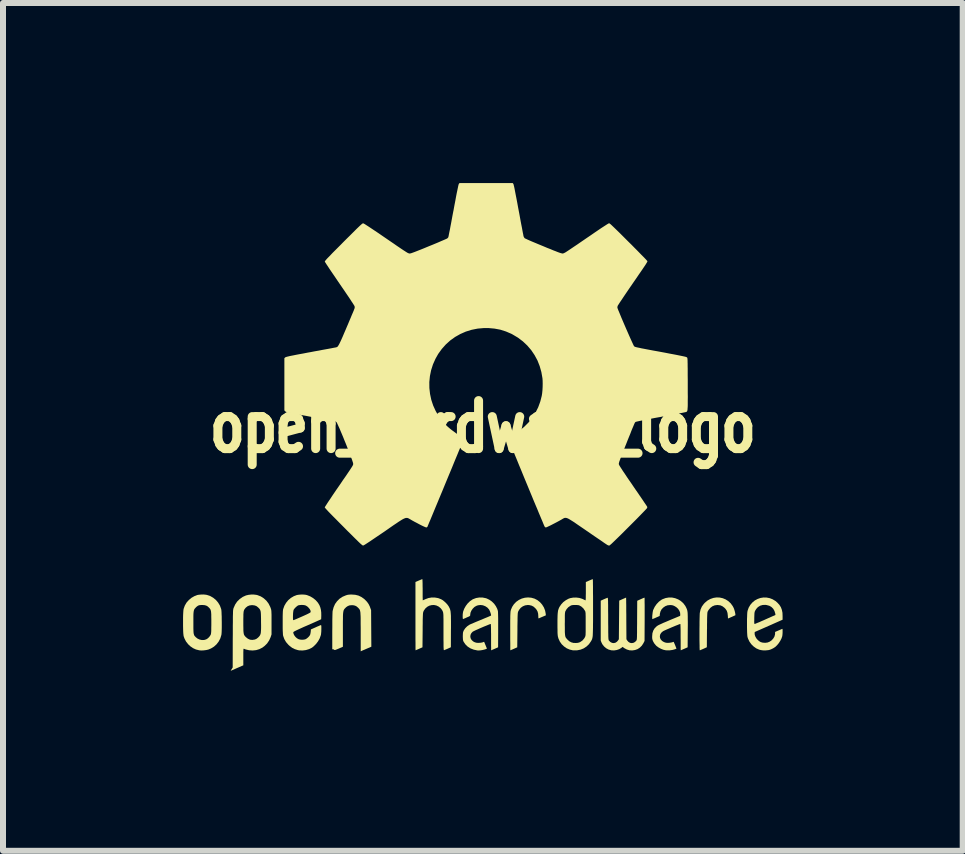
<source format=kicad_pcb>
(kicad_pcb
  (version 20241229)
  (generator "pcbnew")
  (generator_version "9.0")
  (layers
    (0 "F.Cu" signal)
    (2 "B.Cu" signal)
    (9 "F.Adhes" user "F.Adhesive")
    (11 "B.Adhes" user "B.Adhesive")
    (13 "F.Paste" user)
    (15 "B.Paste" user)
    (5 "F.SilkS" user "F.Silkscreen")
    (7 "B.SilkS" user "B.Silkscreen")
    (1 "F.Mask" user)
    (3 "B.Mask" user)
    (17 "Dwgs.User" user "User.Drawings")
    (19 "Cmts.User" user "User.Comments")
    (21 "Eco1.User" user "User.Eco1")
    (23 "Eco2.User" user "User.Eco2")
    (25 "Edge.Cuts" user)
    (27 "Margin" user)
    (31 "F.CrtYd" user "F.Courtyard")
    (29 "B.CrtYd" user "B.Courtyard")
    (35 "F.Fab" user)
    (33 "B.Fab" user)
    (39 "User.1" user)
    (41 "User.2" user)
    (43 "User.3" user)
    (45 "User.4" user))
  (footprint "open_hardware_logo"
    (layer "F.Cu")
    (at 4.995 4.062)
    (property "Reference" "open_hardware_logo" (at 0 0 0) (layer "F.SilkS") (effects (font (size 0.8 0.6) (thickness 0.15))))
    (attr board_only exclude_from_pos_files exclude_from_bom)
    (fp_poly (pts (xy 0.808 2.847) (xy 0.861 2.862) (xy 0.909 2.887) (xy 0.952 2.921) (xy 0.988 2.962) (xy 1.017 3.009) (xy 1.037 3.06) (xy 1.046 3.106) (xy 1.05 3.14) (xy 0.994 3.164) (xy 0.97 3.174) (xy 0.95 3.183) (xy 0.936 3.189) (xy 0.931 3.191) (xy 0.927 3.19) (xy 0.925 3.18) (xy 0.924 3.161) (xy 0.924 3.155) (xy 0.921 3.113) (xy 0.912 3.078) (xy 0.895 3.047) (xy 0.878 3.026) (xy 0.847 2.997) (xy 0.813 2.979) (xy 0.775 2.97) (xy 0.749 2.968) (xy 0.705 2.974) (xy 0.666 2.99) (xy 0.631 3.015) (xy 0.604 3.049) (xy 0.591 3.072) (xy 0.588 3.079) (xy 0.586 3.085) (xy 0.584 3.093) (xy 0.582 3.104) (xy 0.581 3.117) (xy 0.58 3.136) (xy 0.579 3.159) (xy 0.578 3.189) (xy 0.578 3.227) (xy 0.577 3.273) (xy 0.576 3.328) (xy 0.576 3.386) (xy 0.573 3.673) (xy 0.517 3.698) (xy 0.494 3.708) (xy 0.475 3.716) (xy 0.462 3.722) (xy 0.458 3.723) (xy 0.458 3.718) (xy 0.457 3.702) (xy 0.457 3.676) (xy 0.457 3.643) (xy 0.457 3.602) (xy 0.456 3.555) (xy 0.456 3.502) (xy 0.456 3.445) (xy 0.456 3.404) (xy 0.456 3.336) (xy 0.456 3.277) (xy 0.456 3.229) (xy 0.457 3.188) (xy 0.457 3.155) (xy 0.458 3.129) (xy 0.459 3.108) (xy 0.46 3.091) (xy 0.461 3.078) (xy 0.463 3.068) (xy 0.465 3.059) (xy 0.467 3.051) (xy 0.467 3.049) (xy 0.489 2.998) (xy 0.519 2.953) (xy 0.556 2.915) (xy 0.6 2.884) (xy 0.648 2.861) (xy 0.7 2.847) (xy 0.753 2.842)) (stroke (width 0) (type solid)) (fill yes) (layer "F.SilkS"))
    (fp_poly (pts (xy 3.946 2.844) (xy 3.997 2.855) (xy 4.045 2.875) (xy 4.089 2.903) (xy 4.129 2.94) (xy 4.162 2.985) (xy 4.177 3.013) (xy 4.185 3.032) (xy 4.192 3.054) (xy 4.199 3.079) (xy 4.204 3.102) (xy 4.207 3.122) (xy 4.208 3.135) (xy 4.207 3.139) (xy 4.201 3.141) (xy 4.188 3.148) (xy 4.169 3.156) (xy 4.148 3.166) (xy 4.126 3.175) (xy 4.107 3.184) (xy 4.092 3.19) (xy 4.085 3.193) (xy 4.085 3.193) (xy 4.084 3.188) (xy 4.083 3.173) (xy 4.082 3.153) (xy 4.081 3.143) (xy 4.076 3.1) (xy 4.064 3.064) (xy 4.044 3.034) (xy 4.025 3.014) (xy 3.992 2.989) (xy 3.958 2.974) (xy 3.919 2.969) (xy 3.907 2.968) (xy 3.863 2.974) (xy 3.824 2.99) (xy 3.79 3.016) (xy 3.761 3.051) (xy 3.75 3.069) (xy 3.747 3.074) (xy 3.745 3.08) (xy 3.743 3.087) (xy 3.741 3.096) (xy 3.74 3.108) (xy 3.739 3.124) (xy 3.738 3.145) (xy 3.737 3.172) (xy 3.736 3.207) (xy 3.736 3.249) (xy 3.735 3.301) (xy 3.735 3.363) (xy 3.734 3.383) (xy 3.732 3.672) (xy 3.675 3.698) (xy 3.652 3.708) (xy 3.632 3.716) (xy 3.619 3.722) (xy 3.614 3.723) (xy 3.613 3.718) (xy 3.612 3.702) (xy 3.611 3.677) (xy 3.611 3.643) (xy 3.61 3.603) (xy 3.609 3.556) (xy 3.609 3.505) (xy 3.609 3.449) (xy 3.609 3.433) (xy 3.609 3.368) (xy 3.61 3.307) (xy 3.61 3.252) (xy 3.611 3.203) (xy 3.612 3.162) (xy 3.613 3.13) (xy 3.614 3.107) (xy 3.615 3.098) (xy 3.627 3.044) (xy 3.649 2.994) (xy 3.682 2.949) (xy 3.7 2.93) (xy 3.744 2.893) (xy 3.792 2.867) (xy 3.842 2.85) (xy 3.894 2.842)) (stroke (width 0) (type solid)) (fill yes) (layer "F.SilkS"))
    (fp_poly (pts (xy -2.126 2.798) (xy -2.073 2.811) (xy -2.025 2.834) (xy -1.979 2.866) (xy -1.965 2.879) (xy -1.93 2.915) (xy -1.904 2.952) (xy -1.883 2.994) (xy -1.877 3.012) (xy -1.862 3.053) (xy -1.86 3.358) (xy -1.858 3.663) (xy -1.914 3.687) (xy -1.942 3.699) (xy -1.969 3.711) (xy -1.993 3.721) (xy -2.003 3.725) (xy -2.035 3.74) (xy -2.035 3.419) (xy -2.035 3.346) (xy -2.036 3.284) (xy -2.036 3.231) (xy -2.036 3.187) (xy -2.037 3.15) (xy -2.039 3.12) (xy -2.04 3.096) (xy -2.043 3.078) (xy -2.046 3.063) (xy -2.05 3.051) (xy -2.055 3.041) (xy -2.061 3.033) (xy -2.068 3.025) (xy -2.075 3.017) (xy -2.102 2.993) (xy -2.129 2.979) (xy -2.16 2.972) (xy -2.182 2.971) (xy -2.219 2.974) (xy -2.249 2.985) (xy -2.277 3.004) (xy -2.29 3.017) (xy -2.299 3.026) (xy -2.307 3.035) (xy -2.313 3.044) (xy -2.318 3.054) (xy -2.322 3.066) (xy -2.325 3.082) (xy -2.328 3.102) (xy -2.33 3.128) (xy -2.331 3.159) (xy -2.331 3.198) (xy -2.332 3.246) (xy -2.332 3.302) (xy -2.332 3.369) (xy -2.332 3.378) (xy -2.332 3.664) (xy -2.401 3.694) (xy -2.43 3.706) (xy -2.45 3.714) (xy -2.463 3.718) (xy -2.471 3.718) (xy -2.475 3.716) (xy -2.476 3.715) (xy -2.485 3.708) (xy -2.495 3.706) (xy -2.509 3.706) (xy -2.509 3.405) (xy -2.508 3.337) (xy -2.508 3.275) (xy -2.508 3.219) (xy -2.507 3.17) (xy -2.506 3.13) (xy -2.505 3.098) (xy -2.504 3.077) (xy -2.503 3.068) (xy -2.487 3.007) (xy -2.463 2.952) (xy -2.429 2.905) (xy -2.388 2.864) (xy -2.338 2.831) (xy -2.284 2.808) (xy -2.259 2.8) (xy -2.235 2.796) (xy -2.207 2.794) (xy -2.185 2.794)) (stroke (width 0) (type solid)) (fill yes) (layer "F.SilkS"))
    (fp_poly (pts (xy 2.694 2.851) (xy 2.695 2.867) (xy 2.695 2.892) (xy 2.695 2.926) (xy 2.696 2.968) (xy 2.696 3.016) (xy 2.696 3.07) (xy 2.696 3.128) (xy 2.696 3.19) (xy 2.696 3.206) (xy 2.694 3.567) (xy 2.675 3.605) (xy 2.649 3.645) (xy 2.616 3.678) (xy 2.578 3.703) (xy 2.536 3.718) (xy 2.491 3.725) (xy 2.445 3.723) (xy 2.4 3.71) (xy 2.358 3.688) (xy 2.346 3.679) (xy 2.328 3.666) (xy 2.307 3.683) (xy 2.272 3.704) (xy 2.231 3.718) (xy 2.186 3.725) (xy 2.142 3.723) (xy 2.141 3.723) (xy 2.096 3.711) (xy 2.055 3.689) (xy 2.02 3.659) (xy 1.991 3.622) (xy 1.977 3.594) (xy 1.964 3.561) (xy 1.964 3.228) (xy 1.964 2.896) (xy 2.015 2.873) (xy 2.038 2.863) (xy 2.058 2.855) (xy 2.072 2.849) (xy 2.076 2.848) (xy 2.078 2.847) (xy 2.08 2.849) (xy 2.082 2.852) (xy 2.083 2.859) (xy 2.084 2.87) (xy 2.085 2.885) (xy 2.086 2.906) (xy 2.086 2.934) (xy 2.087 2.969) (xy 2.087 3.012) (xy 2.087 3.064) (xy 2.088 3.126) (xy 2.088 3.195) (xy 2.088 3.267) (xy 2.089 3.328) (xy 2.089 3.38) (xy 2.089 3.423) (xy 2.09 3.458) (xy 2.09 3.486) (xy 2.091 3.508) (xy 2.092 3.525) (xy 2.093 3.537) (xy 2.095 3.546) (xy 2.096 3.552) (xy 2.098 3.557) (xy 2.101 3.56) (xy 2.102 3.562) (xy 2.125 3.585) (xy 2.152 3.599) (xy 2.18 3.603) (xy 2.208 3.597) (xy 2.233 3.581) (xy 2.25 3.562) (xy 2.266 3.539) (xy 2.269 3.217) (xy 2.272 2.895) (xy 2.328 2.87) (xy 2.351 2.86) (xy 2.37 2.852) (xy 2.383 2.846) (xy 2.387 2.845) (xy 2.387 2.851) (xy 2.387 2.867) (xy 2.388 2.892) (xy 2.388 2.926) (xy 2.389 2.967) (xy 2.389 3.015) (xy 2.389 3.068) (xy 2.39 3.126) (xy 2.39 3.188) (xy 2.39 3.191) (xy 2.392 3.538) (xy 2.405 3.559) (xy 2.426 3.583) (xy 2.451 3.598) (xy 2.479 3.603) (xy 2.507 3.599) (xy 2.534 3.585) (xy 2.557 3.562) (xy 2.559 3.558) (xy 2.561 3.554) (xy 2.563 3.548) (xy 2.565 3.54) (xy 2.566 3.529) (xy 2.567 3.513) (xy 2.568 3.492) (xy 2.568 3.465) (xy 2.569 3.432) (xy 2.569 3.39) (xy 2.569 3.34) (xy 2.57 3.279) (xy 2.57 3.222) (xy 2.572 2.898) (xy 2.631 2.871) (xy 2.654 2.861) (xy 2.674 2.852) (xy 2.688 2.847) (xy 2.693 2.845)) (stroke (width 0) (type solid)) (fill yes) (layer "F.SilkS"))
    (fp_poly (pts (xy -1.007 2.543) (xy -1.006 2.558) (xy -1.005 2.582) (xy -1.004 2.614) (xy -1.004 2.651) (xy -1.003 2.693) (xy -1.003 2.714) (xy -1.003 2.757) (xy -1.003 2.797) (xy -1.003 2.832) (xy -1.002 2.859) (xy -1.002 2.879) (xy -1.001 2.889) (xy -1.001 2.891) (xy -0.995 2.888) (xy -0.982 2.882) (xy -0.963 2.874) (xy -0.957 2.871) (xy -0.906 2.852) (xy -0.852 2.843) (xy -0.798 2.844) (xy -0.745 2.853) (xy -0.696 2.872) (xy -0.668 2.888) (xy -0.642 2.909) (xy -0.614 2.935) (xy -0.589 2.963) (xy -0.57 2.99) (xy -0.565 2.999) (xy -0.558 3.013) (xy -0.551 3.027) (xy -0.546 3.041) (xy -0.542 3.056) (xy -0.538 3.074) (xy -0.536 3.095) (xy -0.534 3.12) (xy -0.532 3.152) (xy -0.532 3.189) (xy -0.531 3.235) (xy -0.531 3.289) (xy -0.531 3.353) (xy -0.532 3.389) (xy -0.533 3.672) (xy -0.584 3.695) (xy -0.607 3.705) (xy -0.627 3.713) (xy -0.641 3.719) (xy -0.645 3.721) (xy -0.648 3.721) (xy -0.649 3.72) (xy -0.651 3.716) (xy -0.652 3.709) (xy -0.653 3.698) (xy -0.654 3.682) (xy -0.655 3.66) (xy -0.655 3.632) (xy -0.655 3.595) (xy -0.656 3.55) (xy -0.656 3.496) (xy -0.656 3.431) (xy -0.656 3.416) (xy -0.656 3.348) (xy -0.656 3.292) (xy -0.656 3.244) (xy -0.656 3.205) (xy -0.657 3.173) (xy -0.657 3.148) (xy -0.658 3.129) (xy -0.659 3.114) (xy -0.661 3.102) (xy -0.662 3.093) (xy -0.664 3.085) (xy -0.667 3.078) (xy -0.667 3.077) (xy -0.679 3.053) (xy -0.697 3.029) (xy -0.703 3.022) (xy -0.737 2.994) (xy -0.775 2.976) (xy -0.815 2.968) (xy -0.854 2.97) (xy -0.893 2.98) (xy -0.928 2.999) (xy -0.959 3.027) (xy -0.984 3.063) (xy -0.988 3.072) (xy -0.991 3.079) (xy -0.993 3.085) (xy -0.995 3.093) (xy -0.997 3.104) (xy -0.998 3.117) (xy -0.999 3.136) (xy -1 3.159) (xy -1.001 3.189) (xy -1.002 3.227) (xy -1.002 3.273) (xy -1.003 3.328) (xy -1.003 3.386) (xy -1.006 3.673) (xy -1.063 3.698) (xy -1.086 3.708) (xy -1.105 3.716) (xy -1.117 3.722) (xy -1.121 3.723) (xy -1.121 3.717) (xy -1.122 3.701) (xy -1.122 3.675) (xy -1.122 3.64) (xy -1.122 3.596) (xy -1.123 3.545) (xy -1.123 3.487) (xy -1.123 3.423) (xy -1.123 3.354) (xy -1.123 3.28) (xy -1.123 3.203) (xy -1.123 3.154) (xy -1.123 2.585) (xy -1.068 2.561) (xy -1.044 2.551) (xy -1.025 2.543) (xy -1.012 2.538) (xy -1.008 2.537)) (stroke (width 0) (type solid)) (fill yes) (layer "F.SilkS"))
    (fp_poly (pts (xy -4.622 2.796) (xy -4.598 2.8) (xy -4.542 2.819) (xy -4.492 2.848) (xy -4.447 2.885) (xy -4.41 2.929) (xy -4.381 2.978) (xy -4.361 3.032) (xy -4.358 3.044) (xy -4.356 3.061) (xy -4.354 3.087) (xy -4.353 3.122) (xy -4.351 3.162) (xy -4.351 3.205) (xy -4.35 3.251) (xy -4.35 3.297) (xy -4.35 3.342) (xy -4.351 3.382) (xy -4.352 3.418) (xy -4.354 3.446) (xy -4.356 3.465) (xy -4.357 3.468) (xy -4.374 3.524) (xy -4.401 3.576) (xy -4.437 3.623) (xy -4.48 3.662) (xy -4.529 3.692) (xy -4.575 3.711) (xy -4.611 3.719) (xy -4.651 3.724) (xy -4.691 3.726) (xy -4.725 3.723) (xy -4.725 3.723) (xy -4.781 3.709) (xy -4.829 3.687) (xy -4.874 3.656) (xy -4.909 3.623) (xy -4.946 3.576) (xy -4.972 3.525) (xy -4.986 3.485) (xy -4.988 3.468) (xy -4.991 3.441) (xy -4.993 3.406) (xy -4.994 3.365) (xy -4.995 3.32) (xy -4.995 3.273) (xy -4.995 3.257) (xy -4.823 3.257) (xy -4.823 3.311) (xy -4.823 3.355) (xy -4.822 3.39) (xy -4.821 3.417) (xy -4.819 3.439) (xy -4.815 3.455) (xy -4.811 3.469) (xy -4.805 3.48) (xy -4.797 3.49) (xy -4.787 3.5) (xy -4.785 3.503) (xy -4.755 3.527) (xy -4.719 3.544) (xy -4.681 3.552) (xy -4.644 3.551) (xy -4.61 3.541) (xy -4.587 3.527) (xy -4.564 3.506) (xy -4.545 3.482) (xy -4.532 3.458) (xy -4.532 3.457) (xy -4.53 3.448) (xy -4.528 3.434) (xy -4.526 3.413) (xy -4.525 3.386) (xy -4.525 3.351) (xy -4.524 3.306) (xy -4.524 3.258) (xy -4.524 3.205) (xy -4.525 3.161) (xy -4.525 3.126) (xy -4.527 3.098) (xy -4.529 3.077) (xy -4.533 3.06) (xy -4.537 3.047) (xy -4.543 3.036) (xy -4.551 3.025) (xy -4.56 3.015) (xy -4.583 2.993) (xy -4.607 2.979) (xy -4.635 2.971) (xy -4.67 2.968) (xy -4.675 2.968) (xy -4.707 2.969) (xy -4.731 2.973) (xy -4.751 2.983) (xy -4.771 2.998) (xy -4.781 3.008) (xy -4.792 3.02) (xy -4.801 3.03) (xy -4.808 3.041) (xy -4.813 3.054) (xy -4.817 3.07) (xy -4.82 3.091) (xy -4.822 3.117) (xy -4.823 3.15) (xy -4.823 3.192) (xy -4.823 3.244) (xy -4.823 3.257) (xy -4.995 3.257) (xy -4.995 3.225) (xy -4.995 3.178) (xy -4.994 3.135) (xy -4.992 3.096) (xy -4.99 3.064) (xy -4.987 3.04) (xy -4.985 3.031) (xy -4.966 2.978) (xy -4.937 2.928) (xy -4.899 2.885) (xy -4.854 2.848) (xy -4.803 2.819) (xy -4.759 2.802) (xy -4.73 2.797) (xy -4.694 2.794) (xy -4.657 2.793)) (stroke (width 0) (type solid)) (fill yes) (layer "F.SilkS"))
    (fp_poly (pts (xy 4.727 2.844) (xy 4.779 2.854) (xy 4.828 2.873) (xy 4.876 2.902) (xy 4.907 2.929) (xy 4.941 2.966) (xy 4.966 3.006) (xy 4.982 3.049) (xy 4.992 3.098) (xy 4.994 3.153) (xy 4.994 3.213) (xy 4.762 3.316) (xy 4.53 3.418) (xy 4.528 3.437) (xy 4.53 3.465) (xy 4.541 3.496) (xy 4.558 3.525) (xy 4.572 3.542) (xy 4.6 3.568) (xy 4.629 3.586) (xy 4.662 3.595) (xy 4.702 3.598) (xy 4.706 3.598) (xy 4.744 3.593) (xy 4.779 3.579) (xy 4.811 3.557) (xy 4.837 3.529) (xy 4.857 3.497) (xy 4.867 3.462) (xy 4.869 3.443) (xy 4.869 3.417) (xy 4.927 3.392) (xy 4.951 3.382) (xy 4.971 3.373) (xy 4.985 3.367) (xy 4.99 3.365) (xy 4.992 3.369) (xy 4.994 3.382) (xy 4.994 3.401) (xy 4.994 3.423) (xy 4.993 3.447) (xy 4.991 3.468) (xy 4.989 3.486) (xy 4.988 3.489) (xy 4.976 3.525) (xy 4.956 3.564) (xy 4.931 3.603) (xy 4.903 3.637) (xy 4.874 3.665) (xy 4.869 3.669) (xy 4.836 3.69) (xy 4.801 3.707) (xy 4.769 3.718) (xy 4.755 3.72) (xy 4.727 3.723) (xy 4.707 3.725) (xy 4.689 3.725) (xy 4.671 3.724) (xy 4.661 3.723) (xy 4.638 3.72) (xy 4.615 3.715) (xy 4.604 3.712) (xy 4.556 3.691) (xy 4.512 3.66) (xy 4.473 3.622) (xy 4.441 3.577) (xy 4.418 3.528) (xy 4.41 3.503) (xy 4.407 3.486) (xy 4.405 3.46) (xy 4.403 3.425) (xy 4.402 3.385) (xy 4.401 3.341) (xy 4.401 3.295) (xy 4.401 3.248) (xy 4.401 3.248) (xy 4.521 3.248) (xy 4.522 3.265) (xy 4.523 3.276) (xy 4.525 3.282) (xy 4.528 3.284) (xy 4.529 3.284) (xy 4.537 3.282) (xy 4.553 3.275) (xy 4.577 3.265) (xy 4.608 3.253) (xy 4.643 3.237) (xy 4.683 3.22) (xy 4.707 3.209) (xy 4.875 3.134) (xy 4.872 3.111) (xy 4.859 3.068) (xy 4.838 3.031) (xy 4.809 3.002) (xy 4.773 2.981) (xy 4.729 2.969) (xy 4.707 2.966) (xy 4.661 2.968) (xy 4.62 2.98) (xy 4.584 3.002) (xy 4.555 3.034) (xy 4.54 3.058) (xy 4.534 3.069) (xy 4.53 3.08) (xy 4.527 3.092) (xy 4.525 3.107) (xy 4.524 3.129) (xy 4.523 3.157) (xy 4.522 3.186) (xy 4.522 3.222) (xy 4.521 3.248) (xy 4.401 3.248) (xy 4.401 3.202) (xy 4.403 3.16) (xy 4.404 3.123) (xy 4.406 3.093) (xy 4.409 3.072) (xy 4.41 3.066) (xy 4.429 3.012) (xy 4.457 2.965) (xy 4.492 2.925) (xy 4.532 2.892) (xy 4.577 2.868) (xy 4.625 2.851) (xy 4.676 2.843)) (stroke (width 0) (type solid)) (fill yes) (layer "F.SilkS"))
    (fp_poly (pts (xy -3.775 2.799) (xy -3.757 2.803) (xy -3.7 2.825) (xy -3.65 2.857) (xy -3.606 2.897) (xy -3.57 2.945) (xy -3.542 3.001) (xy -3.531 3.031) (xy -3.528 3.041) (xy -3.526 3.052) (xy -3.524 3.066) (xy -3.523 3.083) (xy -3.522 3.105) (xy -3.521 3.133) (xy -3.521 3.169) (xy -3.521 3.214) (xy -3.521 3.261) (xy -3.521 3.458) (xy -3.536 3.504) (xy -3.561 3.559) (xy -3.594 3.608) (xy -3.636 3.65) (xy -3.673 3.678) (xy -3.724 3.704) (xy -3.778 3.72) (xy -3.836 3.726) (xy -3.895 3.722) (xy -3.954 3.708) (xy -3.981 3.697) (xy -3.984 3.697) (xy -3.987 3.699) (xy -3.988 3.704) (xy -3.99 3.715) (xy -3.99 3.731) (xy -3.991 3.756) (xy -3.991 3.789) (xy -3.991 3.832) (xy -3.991 3.833) (xy -3.991 3.973) (xy -4.078 4.011) (xy -4.117 4.028) (xy -4.147 4.042) (xy -4.169 4.051) (xy -4.185 4.058) (xy -4.194 4.061) (xy -4.199 4.063) (xy -4.201 4.062) (xy -4.2 4.06) (xy -4.199 4.058) (xy -4.193 4.049) (xy -4.184 4.035) (xy -4.181 4.03) (xy -4.168 4.009) (xy -4.167 3.531) (xy -4.166 3.446) (xy -4.166 3.372) (xy -4.166 3.308) (xy -4.165 3.258) (xy -3.991 3.258) (xy -3.991 3.312) (xy -3.99 3.355) (xy -3.99 3.39) (xy -3.988 3.417) (xy -3.985 3.439) (xy -3.982 3.455) (xy -3.976 3.469) (xy -3.969 3.48) (xy -3.961 3.49) (xy -3.95 3.502) (xy -3.949 3.503) (xy -3.915 3.53) (xy -3.88 3.546) (xy -3.842 3.55) (xy -3.801 3.544) (xy -3.798 3.543) (xy -3.774 3.533) (xy -3.75 3.515) (xy -3.74 3.506) (xy -3.728 3.493) (xy -3.718 3.481) (xy -3.711 3.468) (xy -3.705 3.454) (xy -3.7 3.435) (xy -3.698 3.412) (xy -3.696 3.383) (xy -3.695 3.347) (xy -3.695 3.301) (xy -3.696 3.246) (xy -3.696 3.246) (xy -3.696 3.194) (xy -3.697 3.152) (xy -3.698 3.119) (xy -3.7 3.093) (xy -3.703 3.072) (xy -3.708 3.057) (xy -3.714 3.044) (xy -3.721 3.033) (xy -3.732 3.021) (xy -3.744 3.009) (xy -3.77 2.988) (xy -3.799 2.976) (xy -3.833 2.971) (xy -3.847 2.97) (xy -3.886 2.975) (xy -3.919 2.988) (xy -3.947 3.01) (xy -3.952 3.015) (xy -3.962 3.027) (xy -3.97 3.038) (xy -3.977 3.049) (xy -3.982 3.063) (xy -3.986 3.079) (xy -3.988 3.1) (xy -3.99 3.127) (xy -3.99 3.161) (xy -3.991 3.203) (xy -3.991 3.256) (xy -3.991 3.258) (xy -4.165 3.258) (xy -4.165 3.252) (xy -4.165 3.205) (xy -4.165 3.166) (xy -4.164 3.133) (xy -4.163 3.106) (xy -4.163 3.085) (xy -4.162 3.068) (xy -4.161 3.054) (xy -4.159 3.044) (xy -4.158 3.035) (xy -4.156 3.028) (xy -4.154 3.021) (xy -4.152 3.016) (xy -4.127 2.96) (xy -4.094 2.911) (xy -4.051 2.869) (xy -4.002 2.834) (xy -3.947 2.809) (xy -3.943 2.808) (xy -3.905 2.799) (xy -3.861 2.794) (xy -3.816 2.794)) (stroke (width 0) (type solid)) (fill yes) (layer "F.SilkS"))
    (fp_poly (pts (xy -2.993 2.794) (xy -2.957 2.797) (xy -2.93 2.803) (xy -2.877 2.824) (xy -2.828 2.853) (xy -2.784 2.889) (xy -2.748 2.93) (xy -2.723 2.971) (xy -2.708 3.009) (xy -2.698 3.049) (xy -2.693 3.092) (xy -2.692 3.143) (xy -2.692 3.146) (xy -2.694 3.206) (xy -2.926 3.309) (xy -2.982 3.333) (xy -3.028 3.354) (xy -3.065 3.371) (xy -3.095 3.385) (xy -3.118 3.396) (xy -3.134 3.404) (xy -3.146 3.411) (xy -3.153 3.416) (xy -3.157 3.42) (xy -3.159 3.424) (xy -3.159 3.425) (xy -3.154 3.449) (xy -3.141 3.475) (xy -3.122 3.5) (xy -3.099 3.521) (xy -3.074 3.536) (xy -3.074 3.536) (xy -3.048 3.544) (xy -3.018 3.547) (xy -2.988 3.546) (xy -2.962 3.541) (xy -2.952 3.537) (xy -2.931 3.524) (xy -2.909 3.505) (xy -2.89 3.484) (xy -2.881 3.469) (xy -2.875 3.455) (xy -2.871 3.433) (xy -2.868 3.414) (xy -2.865 3.375) (xy -2.788 3.341) (xy -2.76 3.328) (xy -2.735 3.318) (xy -2.716 3.309) (xy -2.703 3.304) (xy -2.701 3.304) (xy -2.697 3.303) (xy -2.694 3.306) (xy -2.692 3.314) (xy -2.691 3.329) (xy -2.691 3.353) (xy -2.691 3.371) (xy -2.692 3.409) (xy -2.695 3.442) (xy -2.698 3.467) (xy -2.7 3.472) (xy -2.718 3.523) (xy -2.745 3.572) (xy -2.779 3.617) (xy -2.818 3.656) (xy -2.847 3.679) (xy -2.895 3.703) (xy -2.948 3.719) (xy -3.003 3.726) (xy -3.058 3.724) (xy -3.081 3.72) (xy -3.132 3.704) (xy -3.177 3.682) (xy -3.219 3.65) (xy -3.239 3.632) (xy -3.279 3.586) (xy -3.308 3.536) (xy -3.327 3.483) (xy -3.329 3.473) (xy -3.331 3.459) (xy -3.332 3.433) (xy -3.334 3.399) (xy -3.335 3.357) (xy -3.335 3.308) (xy -3.335 3.256) (xy -3.335 3.202) (xy -3.335 3.157) (xy -3.164 3.157) (xy -3.164 3.182) (xy -3.163 3.203) (xy -3.161 3.217) (xy -3.158 3.221) (xy -3.151 3.219) (xy -3.135 3.213) (xy -3.111 3.203) (xy -3.081 3.19) (xy -3.047 3.175) (xy -3.01 3.159) (xy -2.968 3.14) (xy -2.935 3.125) (xy -2.911 3.113) (xy -2.893 3.104) (xy -2.881 3.097) (xy -2.874 3.092) (xy -2.87 3.087) (xy -2.869 3.082) (xy -2.871 3.062) (xy -2.882 3.04) (xy -2.9 3.017) (xy -2.922 2.995) (xy -2.947 2.979) (xy -2.948 2.978) (xy -2.967 2.972) (xy -2.993 2.968) (xy -3.021 2.967) (xy -3.049 2.969) (xy -3.072 2.973) (xy -3.082 2.977) (xy -3.101 2.991) (xy -3.122 3.01) (xy -3.141 3.031) (xy -3.152 3.047) (xy -3.156 3.06) (xy -3.159 3.079) (xy -3.162 3.103) (xy -3.163 3.13) (xy -3.164 3.157) (xy -3.335 3.157) (xy -3.335 3.157) (xy -3.334 3.121) (xy -3.333 3.092) (xy -3.332 3.07) (xy -3.33 3.053) (xy -3.328 3.04) (xy -3.327 3.036) (xy -3.307 2.981) (xy -3.278 2.931) (xy -3.242 2.887) (xy -3.198 2.85) (xy -3.149 2.821) (xy -3.099 2.802) (xy -3.068 2.797) (xy -3.031 2.794)) (stroke (width 0) (type solid)) (fill yes) (layer "F.SilkS"))
    (fp_poly (pts (xy 3.153 2.844) (xy 3.205 2.855) (xy 3.255 2.875) (xy 3.3 2.903) (xy 3.34 2.939) (xy 3.373 2.983) (xy 3.388 3.012) (xy 3.394 3.025) (xy 3.399 3.038) (xy 3.404 3.051) (xy 3.407 3.066) (xy 3.41 3.083) (xy 3.412 3.105) (xy 3.413 3.131) (xy 3.414 3.163) (xy 3.414 3.202) (xy 3.415 3.25) (xy 3.415 3.306) (xy 3.414 3.372) (xy 3.414 3.389) (xy 3.412 3.673) (xy 3.355 3.698) (xy 3.332 3.708) (xy 3.313 3.716) (xy 3.301 3.722) (xy 3.297 3.723) (xy 3.297 3.718) (xy 3.296 3.702) (xy 3.296 3.677) (xy 3.296 3.645) (xy 3.296 3.606) (xy 3.296 3.562) (xy 3.295 3.514) (xy 3.295 3.504) (xy 3.295 3.446) (xy 3.295 3.395) (xy 3.294 3.354) (xy 3.293 3.321) (xy 3.292 3.299) (xy 3.291 3.286) (xy 3.29 3.284) (xy 3.282 3.286) (xy 3.265 3.292) (xy 3.241 3.302) (xy 3.212 3.313) (xy 3.179 3.327) (xy 3.145 3.341) (xy 3.111 3.356) (xy 3.078 3.37) (xy 3.048 3.383) (xy 3.024 3.394) (xy 3.006 3.403) (xy 2.998 3.408) (xy 2.971 3.432) (xy 2.955 3.459) (xy 2.949 3.488) (xy 2.952 3.517) (xy 2.965 3.544) (xy 2.988 3.568) (xy 3.013 3.583) (xy 3.034 3.592) (xy 3.054 3.597) (xy 3.079 3.599) (xy 3.086 3.599) (xy 3.113 3.597) (xy 3.139 3.593) (xy 3.152 3.59) (xy 3.168 3.585) (xy 3.178 3.582) (xy 3.179 3.582) (xy 3.182 3.588) (xy 3.188 3.602) (xy 3.197 3.622) (xy 3.204 3.639) (xy 3.226 3.695) (xy 3.205 3.704) (xy 3.164 3.716) (xy 3.117 3.723) (xy 3.068 3.724) (xy 3.045 3.722) (xy 3.008 3.714) (xy 2.968 3.698) (xy 2.929 3.677) (xy 2.895 3.652) (xy 2.886 3.644) (xy 2.856 3.608) (xy 2.838 3.577) (xy 2.829 3.556) (xy 2.824 3.538) (xy 2.821 3.52) (xy 2.821 3.495) (xy 2.821 3.49) (xy 2.825 3.439) (xy 2.839 3.395) (xy 2.862 3.357) (xy 2.895 3.324) (xy 2.912 3.312) (xy 2.924 3.305) (xy 2.944 3.295) (xy 2.973 3.282) (xy 3.007 3.266) (xy 3.046 3.25) (xy 3.088 3.232) (xy 3.113 3.221) (xy 3.287 3.149) (xy 3.289 3.126) (xy 3.286 3.094) (xy 3.273 3.062) (xy 3.252 3.031) (xy 3.224 3.005) (xy 3.195 2.987) (xy 3.171 2.976) (xy 3.15 2.971) (xy 3.126 2.969) (xy 3.12 2.969) (xy 3.078 2.973) (xy 3.039 2.988) (xy 3.006 3.011) (xy 2.978 3.04) (xy 2.959 3.076) (xy 2.949 3.116) (xy 2.949 3.119) (xy 2.946 3.151) (xy 2.889 3.176) (xy 2.865 3.187) (xy 2.845 3.195) (xy 2.831 3.201) (xy 2.826 3.204) (xy 2.823 3.2) (xy 2.822 3.187) (xy 2.822 3.168) (xy 2.823 3.144) (xy 2.826 3.119) (xy 2.829 3.093) (xy 2.833 3.071) (xy 2.837 3.053) (xy 2.839 3.049) (xy 2.863 2.999) (xy 2.895 2.953) (xy 2.933 2.913) (xy 2.976 2.881) (xy 2.995 2.871) (xy 3.046 2.852) (xy 3.1 2.843)) (stroke (width 0) (type solid)) (fill yes) (layer "F.SilkS"))
    (fp_poly (pts (xy 1.832 2.543) (xy 1.833 2.559) (xy 1.834 2.585) (xy 1.834 2.619) (xy 1.835 2.662) (xy 1.835 2.712) (xy 1.835 2.768) (xy 1.836 2.83) (xy 1.836 2.897) (xy 1.836 2.967) (xy 1.836 3.006) (xy 1.836 3.094) (xy 1.836 3.17) (xy 1.836 3.237) (xy 1.835 3.295) (xy 1.835 3.345) (xy 1.834 3.387) (xy 1.833 3.422) (xy 1.832 3.451) (xy 1.831 3.476) (xy 1.829 3.495) (xy 1.826 3.512) (xy 1.823 3.525) (xy 1.82 3.536) (xy 1.816 3.546) (xy 1.811 3.556) (xy 1.805 3.566) (xy 1.802 3.572) (xy 1.768 3.621) (xy 1.727 3.66) (xy 1.68 3.691) (xy 1.628 3.712) (xy 1.571 3.723) (xy 1.511 3.724) (xy 1.499 3.723) (xy 1.447 3.711) (xy 1.398 3.69) (xy 1.353 3.659) (xy 1.314 3.622) (xy 1.283 3.578) (xy 1.26 3.528) (xy 1.252 3.5) (xy 1.249 3.487) (xy 1.247 3.469) (xy 1.245 3.447) (xy 1.244 3.419) (xy 1.244 3.383) (xy 1.243 3.338) (xy 1.243 3.284) (xy 1.365 3.284) (xy 1.366 3.339) (xy 1.366 3.383) (xy 1.366 3.419) (xy 1.368 3.448) (xy 1.37 3.47) (xy 1.373 3.487) (xy 1.377 3.501) (xy 1.383 3.513) (xy 1.391 3.523) (xy 1.401 3.535) (xy 1.409 3.544) (xy 1.44 3.572) (xy 1.473 3.59) (xy 1.51 3.6) (xy 1.551 3.601) (xy 1.58 3.599) (xy 1.604 3.593) (xy 1.622 3.585) (xy 1.659 3.56) (xy 1.688 3.526) (xy 1.7 3.506) (xy 1.703 3.499) (xy 1.706 3.492) (xy 1.709 3.484) (xy 1.71 3.474) (xy 1.712 3.46) (xy 1.712 3.441) (xy 1.713 3.416) (xy 1.713 3.383) (xy 1.713 3.342) (xy 1.713 3.29) (xy 1.713 3.284) (xy 1.713 3.232) (xy 1.713 3.189) (xy 1.713 3.156) (xy 1.712 3.13) (xy 1.712 3.11) (xy 1.71 3.095) (xy 1.709 3.085) (xy 1.707 3.076) (xy 1.704 3.07) (xy 1.7 3.063) (xy 1.7 3.062) (xy 1.674 3.024) (xy 1.641 2.994) (xy 1.622 2.983) (xy 1.607 2.975) (xy 1.593 2.971) (xy 1.576 2.969) (xy 1.553 2.968) (xy 1.539 2.968) (xy 1.512 2.968) (xy 1.492 2.97) (xy 1.477 2.973) (xy 1.462 2.979) (xy 1.458 2.982) (xy 1.425 3.004) (xy 1.396 3.036) (xy 1.378 3.067) (xy 1.374 3.074) (xy 1.372 3.082) (xy 1.37 3.092) (xy 1.368 3.104) (xy 1.367 3.12) (xy 1.366 3.142) (xy 1.366 3.171) (xy 1.366 3.207) (xy 1.366 3.253) (xy 1.365 3.284) (xy 1.243 3.284) (xy 1.243 3.227) (xy 1.244 3.179) (xy 1.245 3.14) (xy 1.247 3.109) (xy 1.25 3.083) (xy 1.253 3.061) (xy 1.259 3.042) (xy 1.265 3.025) (xy 1.273 3.007) (xy 1.278 2.998) (xy 1.306 2.957) (xy 1.341 2.919) (xy 1.383 2.888) (xy 1.427 2.864) (xy 1.455 2.854) (xy 1.504 2.845) (xy 1.556 2.844) (xy 1.607 2.85) (xy 1.655 2.865) (xy 1.681 2.877) (xy 1.697 2.885) (xy 1.708 2.89) (xy 1.711 2.891) (xy 1.712 2.885) (xy 1.714 2.87) (xy 1.715 2.846) (xy 1.715 2.815) (xy 1.716 2.779) (xy 1.716 2.739) (xy 1.716 2.738) (xy 1.716 2.585) (xy 1.772 2.561) (xy 1.795 2.551) (xy 1.815 2.543) (xy 1.828 2.538) (xy 1.832 2.537)) (stroke (width 0) (type solid)) (fill yes) (layer "F.SilkS"))
    (fp_poly (pts (xy -0.003 2.844) (xy 0.051 2.855) (xy 0.063 2.859) (xy 0.107 2.88) (xy 0.149 2.909) (xy 0.187 2.946) (xy 0.217 2.988) (xy 0.24 3.033) (xy 0.251 3.069) (xy 0.252 3.083) (xy 0.253 3.109) (xy 0.254 3.145) (xy 0.255 3.193) (xy 0.255 3.251) (xy 0.255 3.32) (xy 0.255 3.386) (xy 0.254 3.673) (xy 0.197 3.698) (xy 0.174 3.708) (xy 0.155 3.716) (xy 0.143 3.722) (xy 0.139 3.723) (xy 0.138 3.718) (xy 0.138 3.702) (xy 0.138 3.677) (xy 0.137 3.645) (xy 0.137 3.606) (xy 0.137 3.562) (xy 0.137 3.514) (xy 0.137 3.504) (xy 0.137 3.455) (xy 0.136 3.409) (xy 0.136 3.369) (xy 0.135 3.336) (xy 0.134 3.309) (xy 0.133 3.292) (xy 0.132 3.284) (xy 0.132 3.284) (xy 0.123 3.286) (xy 0.106 3.292) (xy 0.082 3.302) (xy 0.053 3.314) (xy 0.02 3.327) (xy -0.015 3.342) (xy -0.05 3.357) (xy -0.083 3.372) (xy -0.113 3.385) (xy -0.138 3.397) (xy -0.156 3.406) (xy -0.166 3.411) (xy -0.167 3.411) (xy -0.191 3.436) (xy -0.205 3.464) (xy -0.209 3.493) (xy -0.204 3.522) (xy -0.189 3.549) (xy -0.165 3.572) (xy -0.146 3.584) (xy -0.125 3.592) (xy -0.107 3.597) (xy -0.084 3.599) (xy -0.07 3.599) (xy -0.037 3.597) (xy -0.01 3.592) (xy -0.003 3.59) (xy 0.011 3.584) (xy 0.02 3.582) (xy 0.021 3.582) (xy 0.024 3.588) (xy 0.03 3.602) (xy 0.038 3.622) (xy 0.045 3.639) (xy 0.068 3.695) (xy 0.047 3.704) (xy 0.021 3.712) (xy -0.01 3.719) (xy -0.043 3.724) (xy -0.072 3.726) (xy -0.091 3.725) (xy -0.152 3.712) (xy -0.206 3.691) (xy -0.252 3.662) (xy -0.29 3.625) (xy -0.32 3.581) (xy -0.32 3.581) (xy -0.326 3.568) (xy -0.33 3.555) (xy -0.332 3.54) (xy -0.333 3.519) (xy -0.334 3.49) (xy -0.334 3.489) (xy -0.333 3.46) (xy -0.332 3.44) (xy -0.33 3.424) (xy -0.326 3.411) (xy -0.32 3.397) (xy -0.317 3.39) (xy -0.293 3.355) (xy -0.261 3.323) (xy -0.223 3.297) (xy -0.213 3.292) (xy -0.2 3.286) (xy -0.177 3.277) (xy -0.148 3.264) (xy -0.113 3.249) (xy -0.074 3.233) (xy -0.033 3.216) (xy -0.024 3.213) (xy 0.015 3.196) (xy 0.051 3.181) (xy 0.083 3.168) (xy 0.108 3.157) (xy 0.126 3.149) (xy 0.135 3.145) (xy 0.136 3.145) (xy 0.137 3.137) (xy 0.134 3.121) (xy 0.128 3.101) (xy 0.121 3.08) (xy 0.112 3.06) (xy 0.104 3.044) (xy 0.103 3.042) (xy 0.075 3.011) (xy 0.04 2.988) (xy 0.001 2.973) (xy -0.04 2.968) (xy -0.081 2.973) (xy -0.107 2.982) (xy -0.14 3.001) (xy -0.168 3.029) (xy -0.191 3.062) (xy -0.206 3.097) (xy -0.211 3.133) (xy -0.211 3.141) (xy -0.214 3.148) (xy -0.221 3.154) (xy -0.234 3.161) (xy -0.255 3.17) (xy -0.267 3.175) (xy -0.29 3.186) (xy -0.31 3.194) (xy -0.324 3.2) (xy -0.329 3.203) (xy -0.333 3.199) (xy -0.335 3.187) (xy -0.336 3.168) (xy -0.336 3.145) (xy -0.335 3.121) (xy -0.332 3.097) (xy -0.328 3.076) (xy -0.328 3.076) (xy -0.31 3.029) (xy -0.284 2.983) (xy -0.252 2.941) (xy -0.214 2.904) (xy -0.173 2.876) (xy -0.163 2.871) (xy -0.113 2.852) (xy -0.059 2.843)) (stroke (width 0) (type solid)) (fill yes) (layer "F.SilkS"))
    (fp_poly (pts (xy 0.508 -4.048) (xy 0.511 -4.041) (xy 0.515 -4.025) (xy 0.521 -4.001) (xy 0.528 -3.969) (xy 0.536 -3.926) (xy 0.546 -3.874) (xy 0.558 -3.813) (xy 0.572 -3.74) (xy 0.587 -3.657) (xy 0.595 -3.615) (xy 0.608 -3.547) (xy 0.62 -3.481) (xy 0.631 -3.42) (xy 0.642 -3.363) (xy 0.652 -3.313) (xy 0.66 -3.268) (xy 0.667 -3.231) (xy 0.673 -3.203) (xy 0.676 -3.184) (xy 0.678 -3.175) (xy 0.686 -3.158) (xy 0.696 -3.144) (xy 0.697 -3.143) (xy 0.704 -3.139) (xy 0.722 -3.131) (xy 0.747 -3.119) (xy 0.781 -3.104) (xy 0.82 -3.087) (xy 0.866 -3.068) (xy 0.916 -3.047) (xy 0.969 -3.025) (xy 1.006 -3.01) (xy 1.072 -2.982) (xy 1.129 -2.96) (xy 1.176 -2.94) (xy 1.216 -2.925) (xy 1.248 -2.912) (xy 1.273 -2.903) (xy 1.293 -2.896) (xy 1.309 -2.892) (xy 1.32 -2.889) (xy 1.328 -2.888) (xy 1.329 -2.888) (xy 1.334 -2.889) (xy 1.339 -2.89) (xy 1.346 -2.892) (xy 1.355 -2.896) (xy 1.366 -2.902) (xy 1.381 -2.91) (xy 1.399 -2.922) (xy 1.422 -2.937) (xy 1.449 -2.955) (xy 1.483 -2.978) (xy 1.523 -3.005) (xy 1.571 -3.037) (xy 1.626 -3.075) (xy 1.689 -3.118) (xy 1.721 -3.14) (xy 1.799 -3.193) (xy 1.867 -3.24) (xy 1.926 -3.28) (xy 1.976 -3.314) (xy 2.018 -3.341) (xy 2.052 -3.363) (xy 2.077 -3.379) (xy 2.093 -3.388) (xy 2.102 -3.392) (xy 2.103 -3.392) (xy 2.107 -3.391) (xy 2.114 -3.387) (xy 2.124 -3.379) (xy 2.138 -3.367) (xy 2.156 -3.35) (xy 2.178 -3.329) (xy 2.206 -3.302) (xy 2.239 -3.27) (xy 2.279 -3.231) (xy 2.325 -3.185) (xy 2.378 -3.132) (xy 2.427 -3.083) (xy 2.477 -3.034) (xy 2.524 -2.986) (xy 2.568 -2.942) (xy 2.608 -2.901) (xy 2.644 -2.864) (xy 2.676 -2.832) (xy 2.702 -2.805) (xy 2.721 -2.785) (xy 2.734 -2.77) (xy 2.74 -2.764) (xy 2.74 -2.763) (xy 2.741 -2.761) (xy 2.741 -2.758) (xy 2.741 -2.754) (xy 2.739 -2.749) (xy 2.735 -2.742) (xy 2.729 -2.732) (xy 2.721 -2.719) (xy 2.71 -2.701) (xy 2.696 -2.68) (xy 2.677 -2.652) (xy 2.655 -2.619) (xy 2.628 -2.58) (xy 2.596 -2.534) (xy 2.559 -2.479) (xy 2.516 -2.417) (xy 2.483 -2.369) (xy 2.445 -2.314) (xy 2.409 -2.261) (xy 2.375 -2.211) (xy 2.344 -2.165) (xy 2.317 -2.124) (xy 2.293 -2.089) (xy 2.274 -2.06) (xy 2.26 -2.038) (xy 2.251 -2.024) (xy 2.248 -2.02) (xy 2.243 -2.004) (xy 2.241 -1.99) (xy 2.241 -1.99) (xy 2.243 -1.981) (xy 2.249 -1.963) (xy 2.259 -1.938) (xy 2.273 -1.905) (xy 2.289 -1.866) (xy 2.307 -1.822) (xy 2.327 -1.775) (xy 2.348 -1.726) (xy 2.37 -1.675) (xy 2.392 -1.624) (xy 2.414 -1.574) (xy 2.435 -1.526) (xy 2.455 -1.481) (xy 2.473 -1.441) (xy 2.489 -1.406) (xy 2.502 -1.378) (xy 2.512 -1.357) (xy 2.518 -1.346) (xy 2.52 -1.344) (xy 2.523 -1.341) (xy 2.527 -1.338) (xy 2.532 -1.335) (xy 2.54 -1.332) (xy 2.551 -1.329) (xy 2.566 -1.325) (xy 2.585 -1.321) (xy 2.61 -1.316) (xy 2.64 -1.309) (xy 2.678 -1.302) (xy 2.724 -1.293) (xy 2.777 -1.283) (xy 2.841 -1.271) (xy 2.914 -1.258) (xy 2.962 -1.249) (xy 3.043 -1.234) (xy 3.114 -1.22) (xy 3.174 -1.209) (xy 3.226 -1.199) (xy 3.27 -1.19) (xy 3.305 -1.183) (xy 3.334 -1.177) (xy 3.357 -1.172) (xy 3.374 -1.168) (xy 3.386 -1.164) (xy 3.394 -1.161) (xy 3.399 -1.158) (xy 3.401 -1.157) (xy 3.403 -1.155) (xy 3.405 -1.152) (xy 3.406 -1.148) (xy 3.408 -1.141) (xy 3.409 -1.132) (xy 3.41 -1.119) (xy 3.411 -1.101) (xy 3.411 -1.078) (xy 3.412 -1.05) (xy 3.412 -1.014) (xy 3.413 -0.971) (xy 3.413 -0.919) (xy 3.413 -0.858) (xy 3.414 -0.788) (xy 3.414 -0.715) (xy 3.414 -0.632) (xy 3.414 -0.56) (xy 3.415 -0.498) (xy 3.414 -0.444) (xy 3.414 -0.4) (xy 3.414 -0.362) (xy 3.413 -0.332) (xy 3.411 -0.308) (xy 3.41 -0.289) (xy 3.408 -0.275) (xy 3.405 -0.265) (xy 3.401 -0.258) (xy 3.397 -0.253) (xy 3.392 -0.25) (xy 3.387 -0.248) (xy 3.381 -0.246) (xy 3.38 -0.246) (xy 3.371 -0.244) (xy 3.352 -0.24) (xy 3.324 -0.234) (xy 3.287 -0.227) (xy 3.243 -0.219) (xy 3.193 -0.209) (xy 3.137 -0.198) (xy 3.076 -0.187) (xy 3.012 -0.175) (xy 2.96 -0.165) (xy 2.886 -0.152) (xy 2.818 -0.139) (xy 2.755 -0.127) (xy 2.7 -0.116) (xy 2.651 -0.106) (xy 2.611 -0.098) (xy 2.58 -0.091) (xy 2.558 -0.086) (xy 2.547 -0.083) (xy 2.546 -0.082) (xy 2.543 -0.08) (xy 2.54 -0.078) (xy 2.537 -0.075) (xy 2.534 -0.071) (xy 2.53 -0.063) (xy 2.525 -0.053) (xy 2.519 -0.039) (xy 2.511 -0.02) (xy 2.501 0.004) (xy 2.488 0.034) (xy 2.473 0.071) (xy 2.456 0.116) (xy 2.434 0.169) (xy 2.409 0.231) (xy 2.381 0.303) (xy 2.38 0.304) (xy 2.355 0.368) (xy 2.333 0.423) (xy 2.315 0.468) (xy 2.3 0.506) (xy 2.289 0.537) (xy 2.28 0.561) (xy 2.273 0.58) (xy 2.269 0.595) (xy 2.267 0.605) (xy 2.265 0.614) (xy 2.265 0.62) (xy 2.266 0.622) (xy 2.268 0.629) (xy 2.273 0.64) (xy 2.282 0.655) (xy 2.295 0.676) (xy 2.312 0.702) (xy 2.333 0.735) (xy 2.36 0.774) (xy 2.391 0.821) (xy 2.428 0.876) (xy 2.472 0.939) (xy 2.499 0.979) (xy 2.537 1.035) (xy 2.574 1.088) (xy 2.608 1.138) (xy 2.639 1.183) (xy 2.667 1.224) (xy 2.69 1.259) (xy 2.71 1.288) (xy 2.724 1.309) (xy 2.733 1.323) (xy 2.736 1.327) (xy 2.74 1.339) (xy 2.736 1.352) (xy 2.734 1.355) (xy 2.729 1.362) (xy 2.716 1.376) (xy 2.697 1.396) (xy 2.671 1.423) (xy 2.64 1.455) (xy 2.604 1.492) (xy 2.564 1.533) (xy 2.52 1.577) (xy 2.473 1.624) (xy 2.424 1.673) (xy 2.422 1.675) (xy 2.363 1.734) (xy 2.311 1.786) (xy 2.266 1.83) (xy 2.228 1.867) (xy 2.195 1.899) (xy 2.169 1.924) (xy 2.148 1.944) (xy 2.131 1.959) (xy 2.119 1.969) (xy 2.11 1.976) (xy 2.105 1.978) (xy 2.104 1.978) (xy 2.09 1.975) (xy 2.073 1.967) (xy 2.067 1.963) (xy 2.058 1.957) (xy 2.041 1.946) (xy 2.016 1.929) (xy 1.985 1.907) (xy 1.947 1.881) (xy 1.904 1.852) (xy 1.857 1.82) (xy 1.806 1.785) (xy 1.753 1.748) (xy 1.729 1.732) (xy 1.665 1.688) (xy 1.609 1.65) (xy 1.561 1.617) (xy 1.521 1.589) (xy 1.486 1.567) (xy 1.457 1.549) (xy 1.434 1.535) (xy 1.414 1.525) (xy 1.397 1.519) (xy 1.383 1.516) (xy 1.371 1.516) (xy 1.359 1.518) (xy 1.348 1.523) (xy 1.336 1.529) (xy 1.323 1.537) (xy 1.308 1.546) (xy 1.272 1.566) (xy 1.235 1.586) (xy 1.197 1.606) (xy 1.16 1.625) (xy 1.127 1.642) (xy 1.097 1.656) (xy 1.074 1.667) (xy 1.057 1.674) (xy 1.05 1.676) (xy 1.038 1.672) (xy 1.03 1.663) (xy 1.027 1.657) (xy 1.019 1.64) (xy 1.008 1.614) (xy 0.994 1.579) (xy 0.976 1.537) (xy 0.955 1.487) (xy 0.931 1.43) (xy 0.905 1.366) (xy 0.876 1.298) (xy 0.845 1.224) (xy 0.813 1.146) (xy 0.779 1.064) (xy 0.744 0.979) (xy 0.724 0.931) (xy 0.679 0.822) (xy 0.639 0.724) (xy 0.602 0.635) (xy 0.57 0.556) (xy 0.541 0.486) (xy 0.516 0.425) (xy 0.494 0.371) (xy 0.476 0.326) (xy 0.461 0.288) (xy 0.45 0.257) (xy 0.441 0.233) (xy 0.434 0.215) (xy 0.431 0.204) (xy 0.43 0.198) (xy 0.43 0.197) (xy 0.437 0.186) (xy 0.453 0.172) (xy 0.478 0.156) (xy 0.5 0.142) (xy 0.522 0.127) (xy 0.539 0.116) (xy 0.542 0.113) (xy 0.557 0.102) (xy 0.576 0.088) (xy 0.599 0.071) (xy 0.608 0.065) (xy 0.687 0.001) (xy 0.759 -0.071) (xy 0.822 -0.15) (xy 0.876 -0.235) (xy 0.922 -0.326) (xy 0.957 -0.422) (xy 0.981 -0.516) (xy 0.988 -0.559) (xy 0.993 -0.61) (xy 0.996 -0.664) (xy 0.997 -0.719) (xy 0.996 -0.77) (xy 0.993 -0.81) (xy 0.975 -0.913) (xy 0.947 -1.012) (xy 0.91 -1.106) (xy 0.862 -1.195) (xy 0.806 -1.278) (xy 0.741 -1.354) (xy 0.667 -1.424) (xy 0.585 -1.486) (xy 0.496 -1.539) (xy 0.476 -1.55) (xy 0.385 -1.589) (xy 0.291 -1.619) (xy 0.195 -1.637) (xy 0.095 -1.646) (xy 0.017 -1.646) (xy -0.087 -1.637) (xy -0.187 -1.617) (xy -0.284 -1.587) (xy -0.375 -1.547) (xy -0.462 -1.498) (xy -0.543 -1.44) (xy -0.617 -1.373) (xy -0.684 -1.298) (xy -0.744 -1.215) (xy -0.789 -1.135) (xy -0.831 -1.041) (xy -0.862 -0.944) (xy -0.882 -0.846) (xy -0.892 -0.746) (xy -0.891 -0.647) (xy -0.88 -0.548) (xy -0.859 -0.45) (xy -0.828 -0.356) (xy -0.786 -0.264) (xy -0.735 -0.176) (xy -0.678 -0.1) (xy -0.651 -0.069) (xy -0.619 -0.035) (xy -0.585 -0.002) (xy -0.551 0.027) (xy -0.524 0.049) (xy -0.505 0.063) (xy -0.48 0.081) (xy -0.456 0.099) (xy -0.45 0.103) (xy -0.426 0.121) (xy -0.4 0.139) (xy -0.376 0.154) (xy -0.372 0.156) (xy -0.353 0.169) (xy -0.337 0.181) (xy -0.328 0.191) (xy -0.327 0.191) (xy -0.323 0.2) (xy -0.322 0.209) (xy -0.326 0.222) (xy -0.33 0.232) (xy -0.334 0.243) (xy -0.343 0.264) (xy -0.355 0.293) (xy -0.37 0.33) (xy -0.389 0.375) (xy -0.41 0.426) (xy -0.433 0.482) (xy -0.459 0.544) (xy -0.486 0.61) (xy -0.514 0.679) (xy -0.544 0.751) (xy -0.575 0.825) (xy -0.606 0.9) (xy -0.637 0.975) (xy -0.668 1.051) (xy -0.699 1.125) (xy -0.729 1.197) (xy -0.758 1.267) (xy -0.786 1.334) (xy -0.812 1.397) (xy -0.836 1.455) (xy -0.858 1.508) (xy -0.877 1.554) (xy -0.894 1.593) (xy -0.907 1.625) (xy -0.917 1.648) (xy -0.922 1.662) (xy -0.924 1.666) (xy -0.934 1.674) (xy -0.942 1.676) (xy -0.951 1.674) (xy -0.97 1.666) (xy -0.995 1.655) (xy -1.026 1.64) (xy -1.061 1.622) (xy -1.098 1.602) (xy -1.137 1.582) (xy -1.175 1.561) (xy -1.184 1.556) (xy -1.202 1.545) (xy -1.218 1.536) (xy -1.232 1.528) (xy -1.244 1.522) (xy -1.257 1.518) (xy -1.27 1.517) (xy -1.284 1.518) (xy -1.3 1.523) (xy -1.319 1.531) (xy -1.342 1.543) (xy -1.369 1.56) (xy -1.401 1.58) (xy -1.439 1.606) (xy -1.484 1.636) (xy -1.536 1.672) (xy -1.596 1.714) (xy -1.642 1.746) (xy -1.713 1.794) (xy -1.777 1.837) (xy -1.833 1.875) (xy -1.88 1.907) (xy -1.92 1.933) (xy -1.952 1.954) (xy -1.975 1.968) (xy -1.989 1.975) (xy -1.993 1.977) (xy -1.996 1.977) (xy -2.001 1.976) (xy -2.006 1.973) (xy -2.014 1.967) (xy -2.024 1.959) (xy -2.037 1.948) (xy -2.053 1.933) (xy -2.074 1.913) (xy -2.099 1.888) (xy -2.13 1.858) (xy -2.166 1.822) (xy -2.208 1.78) (xy -2.258 1.731) (xy -2.314 1.674) (xy -2.322 1.666) (xy -2.387 1.601) (xy -2.444 1.543) (xy -2.494 1.493) (xy -2.536 1.45) (xy -2.57 1.415) (xy -2.596 1.387) (xy -2.616 1.365) (xy -2.628 1.351) (xy -2.634 1.343) (xy -2.634 1.342) (xy -2.631 1.335) (xy -2.622 1.32) (xy -2.607 1.297) (xy -2.588 1.267) (xy -2.564 1.231) (xy -2.536 1.19) (xy -2.506 1.144) (xy -2.472 1.094) (xy -2.436 1.041) (xy -2.419 1.017) (xy -2.372 0.949) (xy -2.332 0.889) (xy -2.296 0.838) (xy -2.266 0.794) (xy -2.241 0.757) (xy -2.22 0.726) (xy -2.203 0.7) (xy -2.19 0.68) (xy -2.179 0.663) (xy -2.172 0.651) (xy -2.167 0.641) (xy -2.163 0.634) (xy -2.162 0.628) (xy -2.161 0.623) (xy -2.161 0.619) (xy -2.161 0.614) (xy -2.161 0.611) (xy -2.163 0.6) (xy -2.17 0.579) (xy -2.179 0.551) (xy -2.192 0.516) (xy -2.207 0.475) (xy -2.225 0.43) (xy -2.244 0.38) (xy -2.264 0.329) (xy -2.285 0.276) (xy -2.307 0.223) (xy -2.328 0.17) (xy -2.349 0.12) (xy -2.369 0.073) (xy -2.387 0.03) (xy -2.404 -0.007) (xy -2.418 -0.038) (xy -2.429 -0.062) (xy -2.437 -0.076) (xy -2.44 -0.081) (xy -2.447 -0.084) (xy -2.46 -0.088) (xy -2.482 -0.093) (xy -2.511 -0.099) (xy -2.548 -0.107) (xy -2.595 -0.116) (xy -2.651 -0.127) (xy -2.717 -0.14) (xy -2.793 -0.154) (xy -2.868 -0.168) (xy -2.946 -0.183) (xy -3.014 -0.195) (xy -3.072 -0.206) (xy -3.121 -0.215) (xy -3.162 -0.223) (xy -3.195 -0.23) (xy -3.223 -0.236) (xy -3.244 -0.24) (xy -3.26 -0.245) (xy -3.272 -0.248) (xy -3.281 -0.251) (xy -3.287 -0.254) (xy -3.291 -0.257) (xy -3.294 -0.259) (xy -3.294 -0.26) (xy -3.307 -0.274) (xy -3.307 -0.709) (xy -3.307 -1.144) (xy -3.293 -1.157) (xy -3.29 -1.159) (xy -3.283 -1.162) (xy -3.274 -1.165) (xy -3.261 -1.169) (xy -3.243 -1.173) (xy -3.219 -1.179) (xy -3.19 -1.185) (xy -3.153 -1.192) (xy -3.109 -1.201) (xy -3.056 -1.211) (xy -2.994 -1.222) (xy -2.923 -1.236) (xy -2.867 -1.246) (xy -2.8 -1.259) (xy -2.736 -1.27) (xy -2.675 -1.282) (xy -2.62 -1.292) (xy -2.57 -1.301) (xy -2.527 -1.309) (xy -2.492 -1.316) (xy -2.465 -1.321) (xy -2.448 -1.324) (xy -2.441 -1.326) (xy -2.434 -1.328) (xy -2.427 -1.332) (xy -2.42 -1.337) (xy -2.413 -1.346) (xy -2.405 -1.359) (xy -2.395 -1.376) (xy -2.384 -1.398) (xy -2.37 -1.427) (xy -2.354 -1.462) (xy -2.335 -1.505) (xy -2.313 -1.557) (xy -2.287 -1.617) (xy -2.268 -1.662) (xy -2.244 -1.718) (xy -2.222 -1.771) (xy -2.201 -1.82) (xy -2.183 -1.864) (xy -2.166 -1.903) (xy -2.153 -1.934) (xy -2.144 -1.958) (xy -2.138 -1.974) (xy -2.136 -1.979) (xy -2.135 -1.995) (xy -2.138 -2.012) (xy -2.142 -2.019) (xy -2.152 -2.035) (xy -2.167 -2.059) (xy -2.188 -2.09) (xy -2.212 -2.128) (xy -2.241 -2.171) (xy -2.273 -2.218) (xy -2.308 -2.27) (xy -2.346 -2.325) (xy -2.385 -2.382) (xy -2.387 -2.385) (xy -2.426 -2.442) (xy -2.463 -2.497) (xy -2.498 -2.548) (xy -2.53 -2.595) (xy -2.559 -2.638) (xy -2.583 -2.675) (xy -2.604 -2.706) (xy -2.619 -2.73) (xy -2.629 -2.745) (xy -2.633 -2.753) (xy -2.633 -2.753) (xy -2.633 -2.756) (xy -2.63 -2.762) (xy -2.624 -2.77) (xy -2.615 -2.78) (xy -2.603 -2.795) (xy -2.586 -2.813) (xy -2.564 -2.835) (xy -2.537 -2.863) (xy -2.505 -2.897) (xy -2.466 -2.936) (xy -2.42 -2.982) (xy -2.367 -3.035) (xy -2.323 -3.08) (xy -2.265 -3.138) (xy -2.214 -3.188) (xy -2.171 -3.231) (xy -2.134 -3.268) (xy -2.103 -3.299) (xy -2.077 -3.324) (xy -2.056 -3.344) (xy -2.039 -3.36) (xy -2.025 -3.372) (xy -2.015 -3.381) (xy -2.007 -3.386) (xy -2.001 -3.39) (xy -1.996 -3.391) (xy -1.993 -3.391) (xy -1.993 -3.391) (xy -1.984 -3.387) (xy -1.966 -3.377) (xy -1.94 -3.36) (xy -1.904 -3.337) (xy -1.859 -3.307) (xy -1.805 -3.271) (xy -1.742 -3.229) (xy -1.671 -3.18) (xy -1.611 -3.139) (xy -1.544 -3.093) (xy -1.485 -3.053) (xy -1.435 -3.018) (xy -1.392 -2.989) (xy -1.355 -2.964) (xy -1.325 -2.944) (xy -1.3 -2.928) (xy -1.28 -2.915) (xy -1.264 -2.905) (xy -1.252 -2.898) (xy -1.242 -2.894) (xy -1.235 -2.891) (xy -1.228 -2.889) (xy -1.223 -2.888) (xy -1.22 -2.888) (xy -1.213 -2.889) (xy -1.202 -2.891) (xy -1.188 -2.895) (xy -1.169 -2.902) (xy -1.144 -2.911) (xy -1.113 -2.923) (xy -1.075 -2.938) (xy -1.029 -2.956) (xy -0.975 -2.978) (xy -0.91 -3.005) (xy -0.898 -3.01) (xy -0.843 -3.032) (xy -0.79 -3.054) (xy -0.742 -3.074) (xy -0.699 -3.093) (xy -0.661 -3.109) (xy -0.631 -3.122) (xy -0.608 -3.132) (xy -0.595 -3.139) (xy -0.591 -3.141) (xy -0.581 -3.152) (xy -0.576 -3.159) (xy -0.574 -3.166) (xy -0.57 -3.183) (xy -0.565 -3.21) (xy -0.558 -3.245) (xy -0.549 -3.288) (xy -0.54 -3.338) (xy -0.529 -3.394) (xy -0.518 -3.455) (xy -0.506 -3.52) (xy -0.493 -3.588) (xy -0.49 -3.601) (xy -0.474 -3.689) (xy -0.459 -3.766) (xy -0.447 -3.833) (xy -0.436 -3.89) (xy -0.426 -3.937) (xy -0.418 -3.976) (xy -0.412 -4.005) (xy -0.407 -4.027) (xy -0.403 -4.041) (xy -0.4 -4.048) (xy -0.4 -4.048) (xy -0.389 -4.062) (xy 0.054 -4.062) (xy 0.498 -4.062)) (stroke (width 0) (type solid)) (fill yes) (layer "F.SilkS")))
  (gr_rect
    (start -3 -3)
    (end 12.99 11.125)
    (stroke (width 0.1) (type default))
    (fill no)
    (layer "Edge.Cuts")))
</source>
